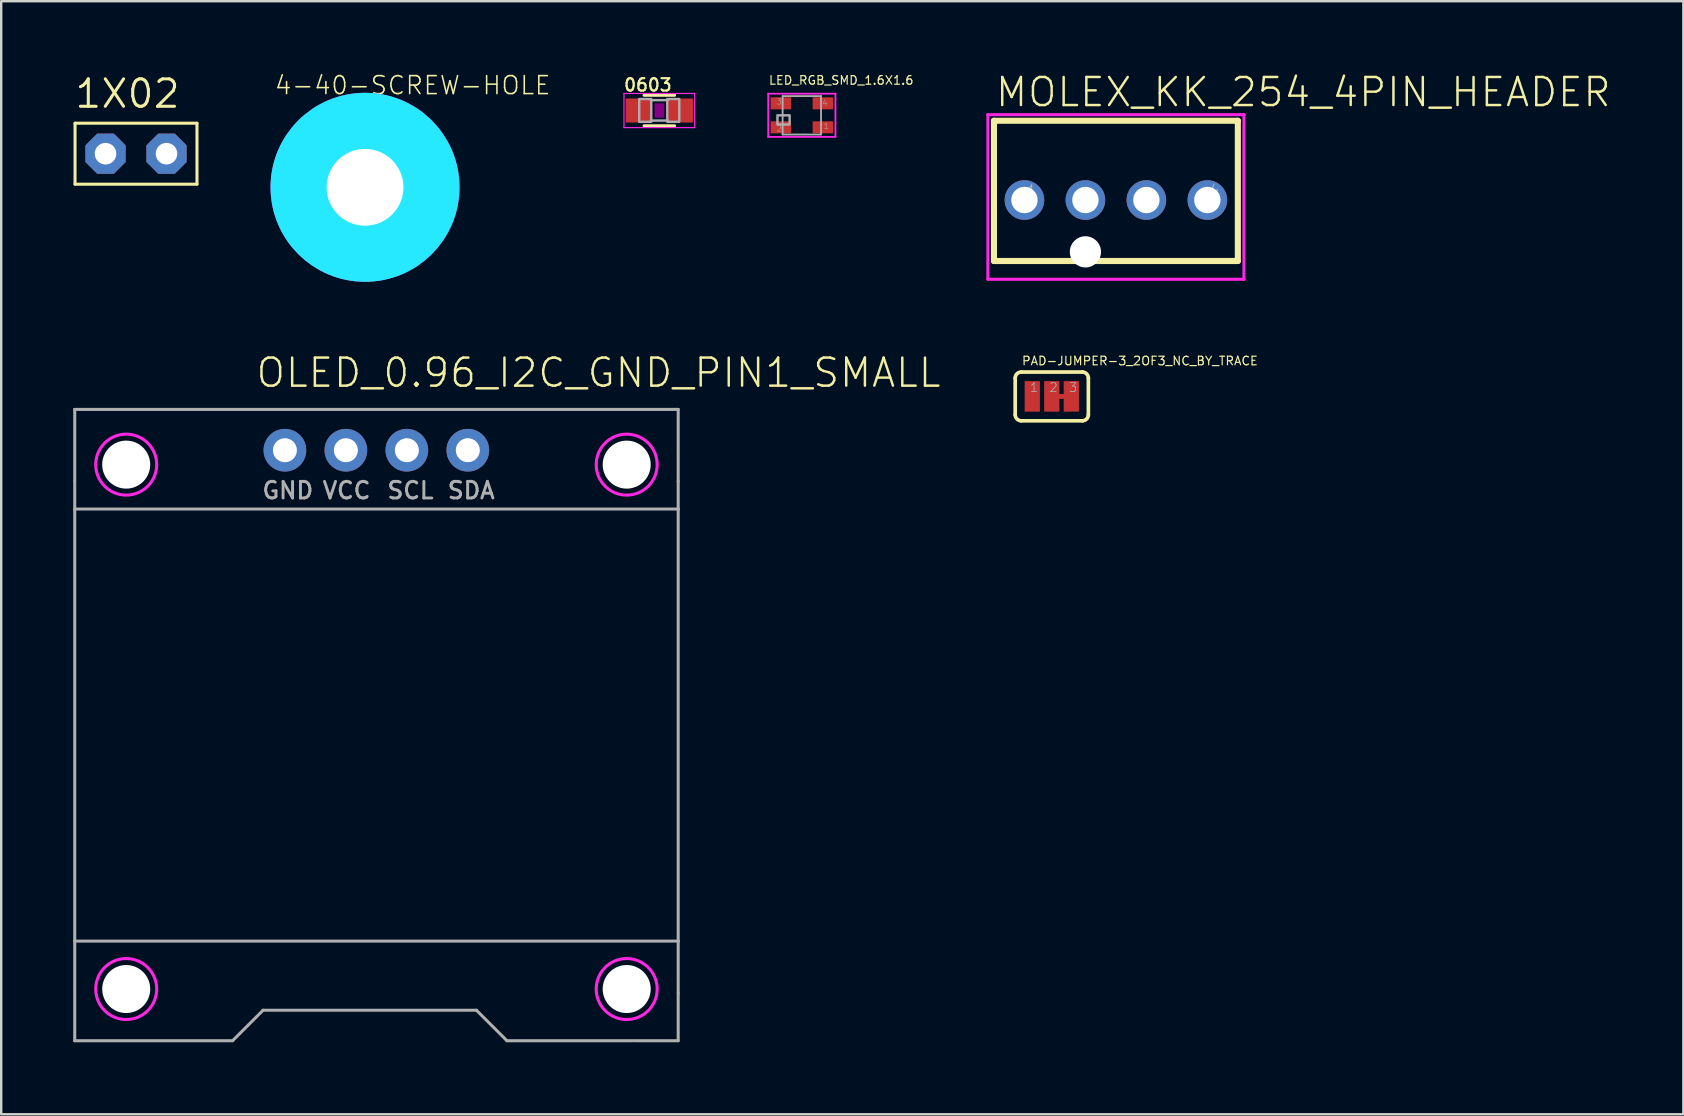
<source format=kicad_pcb>
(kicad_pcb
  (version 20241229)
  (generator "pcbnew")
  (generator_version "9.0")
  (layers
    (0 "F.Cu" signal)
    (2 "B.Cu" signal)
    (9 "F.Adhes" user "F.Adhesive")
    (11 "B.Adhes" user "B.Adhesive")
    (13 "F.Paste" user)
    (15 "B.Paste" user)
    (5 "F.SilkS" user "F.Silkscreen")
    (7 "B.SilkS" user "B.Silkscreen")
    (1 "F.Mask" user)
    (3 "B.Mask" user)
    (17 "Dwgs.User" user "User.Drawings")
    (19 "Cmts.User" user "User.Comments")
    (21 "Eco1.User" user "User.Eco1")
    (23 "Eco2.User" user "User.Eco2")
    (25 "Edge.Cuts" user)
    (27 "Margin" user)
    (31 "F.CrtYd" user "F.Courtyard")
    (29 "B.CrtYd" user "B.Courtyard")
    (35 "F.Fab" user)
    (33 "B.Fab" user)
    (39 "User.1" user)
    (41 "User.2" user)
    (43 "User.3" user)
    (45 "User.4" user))
  (footprint "MOLEX_KK_254_4PIN_HEADER"
    (layer "F.Cu")
    (at 39.628 5.283)
    (property "Reference" "MOLEX_KK_254_4PIN_HEADER" (at -1.27 -3.81 0) (layer "F.SilkS") (effects (font (size 1.168 1.168) (thickness 0.102)) (justify left bottom)))
    (fp_line (start -1.27 -3.302) (end -1.27 2.54) (stroke (width 0.254) (type solid)) (layer "F.SilkS"))
    (fp_line (start -1.27 2.54) (end 8.89 2.54) (stroke (width 0.254) (type solid)) (layer "F.SilkS"))
    (fp_line (start 8.89 -3.302) (end -1.27 -3.302) (stroke (width 0.254) (type solid)) (layer "F.SilkS"))
    (fp_line (start 8.89 2.54) (end 8.89 -3.302) (stroke (width 0.254) (type solid)) (layer "F.SilkS"))
    (fp_line (start -1.524 -3.556) (end -1.524 3.302) (stroke (width 0.127) (type solid)) (layer "F.CrtYd"))
    (fp_line (start -1.524 3.302) (end 9.144 3.302) (stroke (width 0.127) (type solid)) (layer "F.CrtYd"))
    (fp_line (start 9.144 -3.556) (end -1.524 -3.556) (stroke (width 0.127) (type solid)) (layer "F.CrtYd"))
    (fp_line (start 9.144 3.302) (end 9.144 -3.556) (stroke (width 0.127) (type solid)) (layer "F.CrtYd"))
    (fp_text user "4" (at 7.62 0 0) (layer "F.Fab") (effects (font (size 0.561 0.561) (thickness 0.049)) (justify left bottom)))
    (fp_text user "1" (at 0 0 0) (layer "F.Fab") (effects (font (size 0.561 0.561) (thickness 0.049)) (justify left bottom)))
    (pad "" np_thru_hole circle (at 2.54 2.159) (size 1.3 1.3) (drill 1.3) (layers "*.Cu" "*.Mask"))
    (pad "P$1" thru_hole circle (at 0 0) (size 1.65 1.65) (drill 1.1) (layers "*.Cu" "*.Mask"))
    (pad "P$2" thru_hole circle (at 2.54 0) (size 1.65 1.65) (drill 1.1) (layers "*.Cu" "*.Mask"))
    (pad "P$3" thru_hole circle (at 5.08 0) (size 1.65 1.65) (drill 1.1) (layers "*.Cu" "*.Mask"))
    (pad "P$4" thru_hole circle (at 7.62 0) (size 1.65 1.65) (drill 1.1) (layers "*.Cu" "*.Mask")))
  (footprint "4-40-SCREW-HOLE"
    (layer "F.Cu")
    (at 12.157 4.753)
    (property "Reference" "4-40-SCREW-HOLE" (at -3.81 -3.81 0) (layer "F.SilkS") (effects (font (size 0.748 0.748) (thickness 0.065)) (justify left bottom)))
    (fp_circle (center 0 0) (end 1.75 0) (stroke (width 0.203) (type solid)) (fill no) (layer "F.SilkS"))
    (fp_circle (center 0 0) (end 2.54 0) (stroke (width 0.152) (type solid)) (fill no) (layer "F.SilkS"))
    (fp_circle (center 0 0) (end 2.667 0) (stroke (width 2.54) (type solid)) (fill no) (layer "B.CrtYd"))
    (fp_circle (center 0 0) (end 2.667 0) (stroke (width 2.54) (type solid)) (fill no) (layer "F.CrtYd"))
    (fp_arc (start 0 -2.159) (mid 1.526644 -1.526644) (end 2.159 0) (stroke (width 1.524) (type solid)) (layer "F.Fab"))
    (fp_arc (start 0 2.159) (mid -1.526644 1.526644) (end -2.159 0) (stroke (width 1.524) (type solid)) (layer "F.Fab"))
    (fp_circle (center 0 0) (end 1.041 0) (stroke (width 0.686) (type solid)) (fill no) (layer "F.Fab"))
    (pad "" np_thru_hole circle (at 0 0) (size 3.2 3.2) (drill 3.2) (layers "*.Cu" "*.Mask"))
    (zone (net_name "") (layer "F.Cu") (hatch edge 0.508) (connect_pads) (min_thickness 0.254) (filled_areas_thickness no) (keepout (tracks not_allowed) (vias not_allowed) (pads not_allowed) (copperpour not_allowed) (footprints allowed)) (placement (enabled no)) (fill) (polygon (pts (xy 15.713 4.753) (xy 15.659 4.135) (xy 15.498 3.537) (xy 15.236 2.975) (xy 14.881 2.467) (xy 14.442 2.029) (xy 13.935 1.673) (xy 13.373 1.411) (xy 12.774 1.251) (xy 12.157 1.197) (xy 11.539 1.251) (xy 10.94 1.411) (xy 10.379 1.673) (xy 9.871 2.029) (xy 9.433 2.467) (xy 9.077 2.975) (xy 8.815 3.537) (xy 8.655 4.135) (xy 8.601 4.753) (xy 8.655 5.37) (xy 8.815 5.969) (xy 9.077 6.531) (xy 9.433 7.039) (xy 9.871 7.477) (xy 10.379 7.832) (xy 10.94 8.094) (xy 11.539 8.255) (xy 12.157 8.309) (xy 12.774 8.255) (xy 13.373 8.094) (xy 13.935 7.832) (xy 14.442 7.477) (xy 14.881 7.039) (xy 15.236 6.531) (xy 15.498 5.969) (xy 15.659 5.37))) (polygon (pts (xy 13.681 4.753) (xy 13.658 4.488) (xy 13.589 4.232) (xy 13.477 3.991) (xy 13.324 3.773) (xy 13.136 3.585) (xy 12.919 3.433) (xy 12.678 3.321) (xy 12.421 3.252) (xy 12.157 3.229) (xy 11.892 3.252) (xy 11.635 3.321) (xy 11.395 3.433) (xy 11.177 3.585) (xy 10.989 3.773) (xy 10.837 3.991) (xy 10.725 4.232) (xy 10.656 4.488) (xy 10.633 4.753) (xy 10.656 5.017) (xy 10.725 5.274) (xy 10.837 5.515) (xy 10.989 5.732) (xy 11.177 5.92) (xy 11.395 6.073) (xy 11.635 6.185) (xy 11.892 6.254) (xy 12.157 6.277) (xy 12.421 6.254) (xy 12.678 6.185) (xy 12.919 6.073) (xy 13.136 5.92) (xy 13.324 5.732) (xy 13.477 5.515) (xy 13.589 5.274) (xy 13.658 5.017))))
    (zone (net_name "") (layers "F.Cu" "B.Cu") (hatch edge 0.508) (connect_pads) (min_thickness 0.254) (filled_areas_thickness no) (keepout (tracks allowed) (vias not_allowed) (pads allowed) (copperpour allowed) (footprints allowed)) (placement (enabled no)) (fill) (polygon (pts (xy 15.713 4.753) (xy 15.659 4.135) (xy 15.498 3.537) (xy 15.236 2.975) (xy 14.881 2.467) (xy 14.442 2.029) (xy 13.935 1.673) (xy 13.373 1.411) (xy 12.774 1.251) (xy 12.157 1.197) (xy 11.539 1.251) (xy 10.94 1.411) (xy 10.379 1.673) (xy 9.871 2.029) (xy 9.433 2.467) (xy 9.077 2.975) (xy 8.815 3.537) (xy 8.655 4.135) (xy 8.601 4.753) (xy 8.655 5.37) (xy 8.815 5.969) (xy 9.077 6.531) (xy 9.433 7.039) (xy 9.871 7.477) (xy 10.379 7.832) (xy 10.94 8.094) (xy 11.539 8.255) (xy 12.157 8.309) (xy 12.774 8.255) (xy 13.373 8.094) (xy 13.935 7.832) (xy 14.442 7.477) (xy 14.881 7.039) (xy 15.236 6.531) (xy 15.498 5.969) (xy 15.659 5.37))) (polygon (pts (xy 13.681 4.753) (xy 13.658 4.488) (xy 13.589 4.232) (xy 13.477 3.991) (xy 13.324 3.773) (xy 13.136 3.585) (xy 12.919 3.433) (xy 12.678 3.321) (xy 12.421 3.252) (xy 12.157 3.229) (xy 11.892 3.252) (xy 11.635 3.321) (xy 11.395 3.433) (xy 11.177 3.585) (xy 10.989 3.773) (xy 10.837 3.991) (xy 10.725 4.232) (xy 10.656 4.488) (xy 10.633 4.753) (xy 10.656 5.017) (xy 10.725 5.274) (xy 10.837 5.515) (xy 10.989 5.732) (xy 11.177 5.92) (xy 11.395 6.073) (xy 11.635 6.185) (xy 11.892 6.254) (xy 12.157 6.277) (xy 12.421 6.254) (xy 12.678 6.185) (xy 12.919 6.073) (xy 13.136 5.92) (xy 13.324 5.732) (xy 13.477 5.515) (xy 13.589 5.274) (xy 13.658 5.017))))
    (zone (net_name "") (layer "B.Cu") (hatch edge 0.508) (connect_pads) (min_thickness 0.254) (filled_areas_thickness no) (keepout (tracks not_allowed) (vias not_allowed) (pads not_allowed) (copperpour not_allowed) (footprints allowed)) (placement (enabled no)) (fill) (polygon (pts (xy 15.713 4.753) (xy 15.659 4.135) (xy 15.498 3.537) (xy 15.236 2.975) (xy 14.881 2.467) (xy 14.442 2.029) (xy 13.935 1.673) (xy 13.373 1.411) (xy 12.774 1.251) (xy 12.157 1.197) (xy 11.539 1.251) (xy 10.94 1.411) (xy 10.379 1.673) (xy 9.871 2.029) (xy 9.433 2.467) (xy 9.077 2.975) (xy 8.815 3.537) (xy 8.655 4.135) (xy 8.601 4.753) (xy 8.655 5.37) (xy 8.815 5.969) (xy 9.077 6.531) (xy 9.433 7.039) (xy 9.871 7.477) (xy 10.379 7.832) (xy 10.94 8.094) (xy 11.539 8.255) (xy 12.157 8.309) (xy 12.774 8.255) (xy 13.373 8.094) (xy 13.935 7.832) (xy 14.442 7.477) (xy 14.881 7.039) (xy 15.236 6.531) (xy 15.498 5.969) (xy 15.659 5.37))) (polygon (pts (xy 13.681 4.753) (xy 13.658 4.488) (xy 13.589 4.232) (xy 13.477 3.991) (xy 13.324 3.773) (xy 13.136 3.585) (xy 12.919 3.433) (xy 12.678 3.321) (xy 12.421 3.252) (xy 12.157 3.229) (xy 11.892 3.252) (xy 11.635 3.321) (xy 11.395 3.433) (xy 11.177 3.585) (xy 10.989 3.773) (xy 10.837 3.991) (xy 10.725 4.232) (xy 10.656 4.488) (xy 10.633 4.753) (xy 10.656 5.017) (xy 10.725 5.274) (xy 10.837 5.515) (xy 10.989 5.732) (xy 11.177 5.92) (xy 11.395 6.073) (xy 11.635 6.185) (xy 11.892 6.254) (xy 12.157 6.277) (xy 12.421 6.254) (xy 12.678 6.185) (xy 12.919 6.073) (xy 13.136 5.92) (xy 13.324 5.732) (xy 13.477 5.515) (xy 13.589 5.274) (xy 13.658 5.017)))))
  (footprint "PAD-JUMPER-3_2OF3_NC_BY_TRACE"
    (layer "F.Cu")
    (at 40.767 13.464)
    (property "Reference" "PAD-JUMPER-3_2OF3_NC_BY_TRACE" (at -1.27 -1.27 0) (layer "F.SilkS") (effects (font (size 0.358 0.358) (thickness 0.049)) (justify left bottom)))
    (fp_line (start 0.254 0) (end 1.016 0) (stroke (width 0.203) (type solid)) (layer "F.Cu"))
    (fp_line (start -1.524 0.762) (end -1.524 -0.762) (stroke (width 0.152) (type solid)) (layer "F.SilkS"))
    (fp_line (start -1.27 -1.016) (end 1.27 -1.016) (stroke (width 0.152) (type solid)) (layer "F.SilkS"))
    (fp_line (start 1.27 1.016) (end -1.27 1.016) (stroke (width 0.152) (type solid)) (layer "F.SilkS"))
    (fp_line (start 1.524 0.762) (end 1.524 -0.762) (stroke (width 0.152) (type solid)) (layer "F.SilkS"))
    (fp_arc (start -1.524 -0.762) (mid -1.449605 -0.941605) (end -1.27 -1.016) (stroke (width 0.1524) (type solid)) (layer "F.SilkS"))
    (fp_arc (start -1.27 1.016) (mid -1.449605 0.941605) (end -1.524 0.762) (stroke (width 0.1524) (type solid)) (layer "F.SilkS"))
    (fp_arc (start 1.27 -1.016) (mid 1.449605 -0.941605) (end 1.524 -0.762) (stroke (width 0.1524) (type solid)) (layer "F.SilkS"))
    (fp_arc (start 1.524 0.762) (mid 1.449605 0.941605) (end 1.27 1.016) (stroke (width 0.1524) (type solid)) (layer "F.SilkS"))
    (fp_text user "3" (at 0.686 -0.152 0) (layer "F.Fab") (effects (font (size 0.374 0.374) (thickness 0.033)) (justify left bottom)))
    (fp_text user "2" (at -0.127 -0.152 0) (layer "F.Fab") (effects (font (size 0.374 0.374) (thickness 0.033)) (justify left bottom)))
    (fp_text user "1" (at -0.94 -0.152 0) (layer "F.Fab") (effects (font (size 0.374 0.374) (thickness 0.033)) (justify left bottom)))
    (pad "1" smd rect (at -0.813 0) (size 0.635 1.27) (layers "F.Cu" "F.Mask"))
    (pad "2" smd rect (at 0 0) (size 0.635 1.27) (layers "F.Cu" "F.Mask"))
    (pad "3" smd rect (at 0.813 0) (size 0.635 1.27) (layers "F.Cu" "F.Mask")))
  (footprint "OLED_0.96_I2C_GND_PIN1_SMALL"
    (layer "F.Cu")
    (at 12.633 15.703)
    (property "Reference" "OLED_0.96_I2C_GND_PIN1_SMALL" (at -5.08 -2.54 0) (layer "F.SilkS") (effects (font (size 1.168 1.168) (thickness 0.102)) (justify left bottom)))
    (fp_circle (center -10.425 0.603) (end -9.155 0.603) (stroke (width 0.127) (type solid)) (fill no) (layer "F.CrtYd"))
    (fp_circle (center -10.425 22.45) (end -9.155 22.45) (stroke (width 0.127) (type solid)) (fill no) (layer "F.CrtYd"))
    (fp_circle (center 10.425 0.603) (end 11.695 0.603) (stroke (width 0.127) (type solid)) (fill no) (layer "F.CrtYd"))
    (fp_circle (center 10.425 22.45) (end 11.695 22.45) (stroke (width 0.127) (type solid)) (fill no) (layer "F.CrtYd"))
    (fp_line (start -12.57 -1.697) (end 12.57 -1.697) (stroke (width 0.127) (type solid)) (layer "F.Fab"))
    (fp_line (start -12.57 1.27) (end -12.57 -1.697) (stroke (width 0.127) (type solid)) (layer "F.Fab"))
    (fp_line (start -12.57 2.453) (end -12.57 1.303) (stroke (width 0.127) (type solid)) (layer "F.Fab"))
    (fp_line (start -12.57 2.453) (end 12.57 2.453) (stroke (width 0.127) (type solid)) (layer "F.Fab"))
    (fp_line (start -12.57 20.453) (end -12.57 2.453) (stroke (width 0.127) (type solid)) (layer "F.Fab"))
    (fp_line (start -12.57 20.453) (end 12.57 20.453) (stroke (width 0.127) (type solid)) (layer "F.Fab"))
    (fp_line (start -12.57 24.603) (end -12.57 20.453) (stroke (width 0.127) (type solid)) (layer "F.Fab"))
    (fp_line (start -5.994 24.603) (end -12.57 24.603) (stroke (width 0.127) (type solid)) (layer "F.Fab"))
    (fp_line (start -4.724 23.333) (end -5.994 24.603) (stroke (width 0.127) (type solid)) (layer "F.Fab"))
    (fp_line (start 4.166 23.333) (end -4.724 23.333) (stroke (width 0.127) (type solid)) (layer "F.Fab"))
    (fp_line (start 5.436 24.603) (end 4.166 23.333) (stroke (width 0.127) (type solid)) (layer "F.Fab"))
    (fp_line (start 10.686 24.603) (end 5.436 24.603) (stroke (width 0.127) (type solid)) (layer "F.Fab"))
    (fp_line (start 10.744 24.603) (end 12.57 24.603) (stroke (width 0.127) (type solid)) (layer "F.Fab"))
    (fp_line (start 12.57 -1.697) (end 12.57 1.295) (stroke (width 0.127) (type solid)) (layer "F.Fab"))
    (fp_line (start 12.57 1.303) (end 12.57 2.453) (stroke (width 0.127) (type solid)) (layer "F.Fab"))
    (fp_line (start 12.57 2.453) (end 12.57 20.453) (stroke (width 0.127) (type solid)) (layer "F.Fab"))
    (fp_line (start 12.57 20.453) (end 12.57 22.603) (stroke (width 0.127) (type solid)) (layer "F.Fab"))
    (fp_line (start 12.57 24.603) (end 12.57 22.631) (stroke (width 0.127) (type solid)) (layer "F.Fab"))
    (fp_text user "SDA" (at 2.896 2.083 0) (layer "F.Fab") (effects (font (size 0.691 0.691) (thickness 0.122)) (justify left bottom)))
    (fp_text user "SCL" (at 0.381 2.083 0) (layer "F.Fab") (effects (font (size 0.691 0.691) (thickness 0.122)) (justify left bottom)))
    (fp_text user "VCC" (at -2.311 2.083 0) (layer "F.Fab") (effects (font (size 0.691 0.691) (thickness 0.122)) (justify left bottom)))
    (fp_text user "GND" (at -4.826 2.083 0) (layer "F.Fab") (effects (font (size 0.691 0.691) (thickness 0.122)) (justify left bottom)))
    (pad "" np_thru_hole circle (at -10.425 0.603) (size 2 2) (drill 2) (layers "*.Cu" "*.Mask"))
    (pad "" np_thru_hole circle (at -10.425 22.45) (size 2 2) (drill 2) (layers "*.Cu" "*.Mask"))
    (pad "" np_thru_hole circle (at 10.425 0.603) (size 2 2) (drill 2) (layers "*.Cu" "*.Mask"))
    (pad "" np_thru_hole circle (at 10.425 22.45) (size 2 2) (drill 2) (layers "*.Cu" "*.Mask"))
    (pad "GND" thru_hole circle (at -3.814 0.003 270) (size 1.778 1.778) (drill 1) (layers "*.Cu" "*.Mask"))
    (pad "SCL" thru_hole circle (at 1.266 0.003 180) (size 1.778 1.778) (drill 1) (layers "*.Cu" "*.Mask"))
    (pad "SDA" thru_hole circle (at 3.806 0.003 180) (size 1.778 1.778) (drill 1) (layers "*.Cu" "*.Mask"))
    (pad "VCC" thru_hole circle (at -1.274 0.003 180) (size 1.778 1.778) (drill 1) (layers "*.Cu" "*.Mask")))
  (footprint "1X02"
    (layer "F.Cu")
    (at 2.616 3.353)
    (property "Reference" "1X02" (at -2.616 -1.829 0) (layer "F.SilkS") (effects (font (size 1.143 1.143) (thickness 0.127)) (justify left bottom)))
    (fp_line (start -2.54 -1.27) (end 2.54 -1.27) (stroke (width 0.127) (type solid)) (layer "F.SilkS"))
    (fp_line (start -2.54 1.27) (end -2.54 -1.27) (stroke (width 0.127) (type solid)) (layer "F.SilkS"))
    (fp_line (start 2.54 -1.27) (end 2.54 1.27) (stroke (width 0.127) (type solid)) (layer "F.SilkS"))
    (fp_line (start 2.54 1.27) (end -2.54 1.27) (stroke (width 0.127) (type solid)) (layer "F.SilkS"))
    (fp_poly (pts (xy -1.524 0.254) (xy -1.016 0.254) (xy -1.016 -0.254) (xy -1.524 -0.254)) (stroke (width 0.1) (type solid)) (fill no) (layer "F.Fab"))
    (fp_poly (pts (xy 1.016 0.254) (xy 1.524 0.254) (xy 1.524 -0.254) (xy 1.016 -0.254)) (stroke (width 0.1) (type solid)) (fill no) (layer "F.Fab"))
    (pad "1" thru_hole roundrect (at -1.27 0 90) (size 1.676 1.676) (drill 0.9) (layers "*.Cu" "*.Mask") (roundrect_rratio 0.25) (chamfer_ratio 0.293) (chamfer top_left top_right bottom_left bottom_right))
    (pad "2" thru_hole roundrect (at 1.27 0 90) (size 1.676 1.676) (drill 0.9) (layers "*.Cu" "*.Mask") (roundrect_rratio 0.25) (chamfer_ratio 0.293) (chamfer top_left top_right bottom_left bottom_right)))
  (footprint "LED_RGB_SMD_1.6X1.6"
    (layer "F.Cu")
    (at 30.354 1.754)
    (property "Reference" "LED_RGB_SMD_1.6X1.6" (at -1.4 -1.25 0) (layer "F.SilkS") (effects (font (size 0.358 0.358) (thickness 0.049)) (justify left bottom)))
    (fp_line (start -1.4 -0.9) (end -1.4 0.9) (stroke (width 0.076) (type solid)) (layer "F.CrtYd"))
    (fp_line (start -1.4 0.9) (end 1.4 0.9) (stroke (width 0.076) (type solid)) (layer "F.CrtYd"))
    (fp_line (start 1.4 -0.9) (end -1.4 -0.9) (stroke (width 0.076) (type solid)) (layer "F.CrtYd"))
    (fp_line (start 1.4 0.9) (end 1.4 -0.9) (stroke (width 0.076) (type solid)) (layer "F.CrtYd"))
    (fp_line (start -0.8 -0.8) (end -0.8 0.8) (stroke (width 0.076) (type solid)) (layer "F.Fab"))
    (fp_line (start -0.8 0.8) (end 0.8 0.8) (stroke (width 0.076) (type solid)) (layer "F.Fab"))
    (fp_line (start 0.8 -0.8) (end -0.8 -0.8) (stroke (width 0.076) (type solid)) (layer "F.Fab"))
    (fp_line (start 0.8 0.8) (end 0.8 -0.8) (stroke (width 0.076) (type solid)) (layer "F.Fab"))
    (fp_poly (pts (xy -1.016 0.381) (xy -0.508 0.381) (xy -0.508 0) (xy -1.016 0)) (stroke (width 0.1) (type solid)) (fill no) (layer "F.Fab"))
    (fp_text user "4" (at 0.839 -0.385 0) (layer "F.Fab") (effects (font (size 0.234 0.234) (thickness 0.02)) (justify left bottom)))
    (fp_text user "3" (at -1.066 -0.435 0) (layer "F.Fab") (effects (font (size 0.234 0.234) (thickness 0.02)) (justify left bottom)))
    (fp_text user "1" (at 0.889 0.589 0) (layer "F.Fab") (effects (font (size 0.234 0.234) (thickness 0.02)) (justify left bottom)))
    (fp_text user "2" (at -1.066 0.689 0) (layer "F.Fab") (effects (font (size 0.234 0.234) (thickness 0.02)) (justify left bottom)))
    (pad "P$1" smd rect (at 0.875 0.5) (size 0.85 0.5) (layers "F.Cu" "F.Mask" "F.Paste"))
    (pad "P$2" smd rect (at -0.875 0.5 180) (size 0.85 0.5) (layers "F.Cu" "F.Mask" "F.Paste"))
    (pad "P$3" smd rect (at -0.875 -0.5) (size 0.85 0.5) (layers "F.Cu" "F.Mask" "F.Paste"))
    (pad "P$4" smd rect (at 0.875 -0.5) (size 0.85 0.5) (layers "F.Cu" "F.Mask" "F.Paste")))
  (footprint "0603"
    (layer "F.Cu")
    (at 24.418 1.554)
    (property "Reference" "0603" (at -1.524 -0.762 0) (layer "F.SilkS") (effects (font (size 0.518 0.518) (thickness 0.091)) (justify left bottom)))
    (fp_line (start -0.635 -0.635) (end 0.635 -0.635) (stroke (width 0.127) (type solid)) (layer "F.SilkS"))
    (fp_line (start -0.635 0.635) (end 0.635 0.635) (stroke (width 0.127) (type solid)) (layer "F.SilkS"))
    (fp_poly (pts (xy -0.2 0.3) (xy 0.2 0.3) (xy 0.2 -0.3) (xy -0.2 -0.3)) (stroke (width 0) (type solid)) (fill yes) (layer "F.Adhes"))
    (fp_line (start -1.473 -0.711) (end 1.473 -0.711) (stroke (width 0.051) (type solid)) (layer "F.CrtYd"))
    (fp_line (start -1.473 0.711) (end -1.473 -0.711) (stroke (width 0.051) (type solid)) (layer "F.CrtYd"))
    (fp_line (start 1.473 -0.711) (end 1.473 0.711) (stroke (width 0.051) (type solid)) (layer "F.CrtYd"))
    (fp_line (start 1.473 0.711) (end -1.473 0.711) (stroke (width 0.051) (type solid)) (layer "F.CrtYd"))
    (fp_line (start -0.356 -0.432) (end 0.356 -0.432) (stroke (width 0.102) (type solid)) (layer "F.Fab"))
    (fp_line (start -0.356 0.419) (end 0.356 0.419) (stroke (width 0.102) (type solid)) (layer "F.Fab"))
    (fp_poly (pts (xy -0.838 0.47) (xy -0.338 0.47) (xy -0.338 -0.48) (xy -0.838 -0.48)) (stroke (width 0.1) (type solid)) (fill no) (layer "F.Fab"))
    (fp_poly (pts (xy 0.33 0.47) (xy 0.83 0.47) (xy 0.83 -0.48) (xy 0.33 -0.48)) (stroke (width 0.1) (type solid)) (fill no) (layer "F.Fab"))
    (pad "1" smd rect (at -0.85 0) (size 1.1 1) (layers "F.Cu" "F.Mask" "F.Paste"))
    (pad "2" smd rect (at 0.85 0) (size 1.1 1) (layers "F.Cu" "F.Mask" "F.Paste")))
  (gr_rect
    (start -3 -3)
    (end 67.078 43.37)
    (stroke (width 0.1) (type default))
    (fill no)
    (layer "Edge.Cuts")))
</source>
